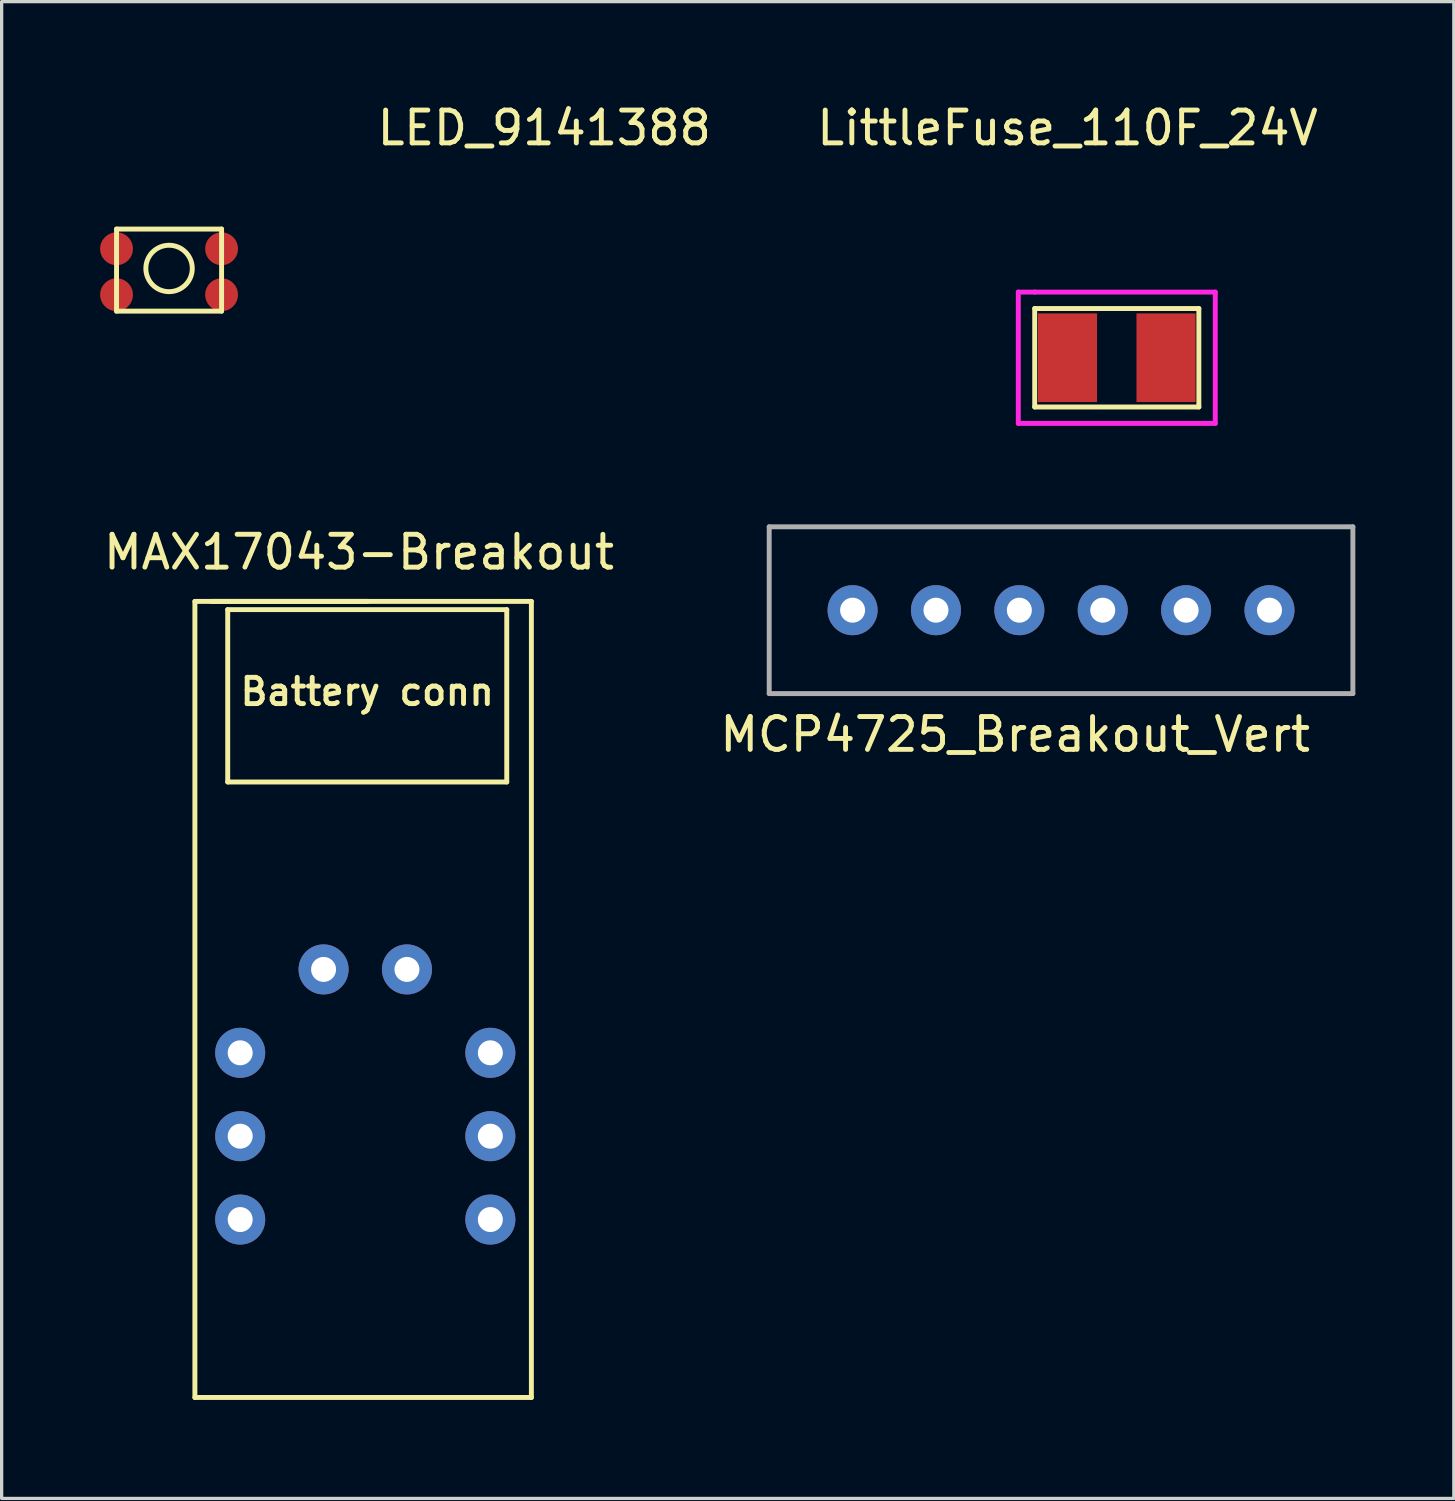
<source format=kicad_pcb>
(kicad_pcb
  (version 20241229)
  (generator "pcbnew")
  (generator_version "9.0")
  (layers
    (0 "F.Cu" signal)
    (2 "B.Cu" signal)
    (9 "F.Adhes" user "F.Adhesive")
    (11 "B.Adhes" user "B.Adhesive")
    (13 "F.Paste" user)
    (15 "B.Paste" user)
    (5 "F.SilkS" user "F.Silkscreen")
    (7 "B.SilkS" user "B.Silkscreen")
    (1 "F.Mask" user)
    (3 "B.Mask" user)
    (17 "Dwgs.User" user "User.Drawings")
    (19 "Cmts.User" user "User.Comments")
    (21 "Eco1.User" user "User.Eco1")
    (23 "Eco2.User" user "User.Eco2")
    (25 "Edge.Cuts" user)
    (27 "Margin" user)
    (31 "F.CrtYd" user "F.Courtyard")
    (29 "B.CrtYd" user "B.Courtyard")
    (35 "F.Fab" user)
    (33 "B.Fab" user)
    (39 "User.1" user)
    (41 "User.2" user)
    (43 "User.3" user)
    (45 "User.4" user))
  (footprint "MAX17043-Breakout"
    (layer "F.Cu")
    (at 8.137 15.271)
    (property "Reference" "MAX17043-Breakout" (at -0.25 -1.5 0) (layer "F.SilkS") (effects (font (size 1 1) (thickness 0.15))))
    (attr through_hole)
    (fp_line (start -5.25 0) (end 5 0) (stroke (width 0.15) (type solid)) (layer "F.SilkS"))
    (fp_line (start -5.25 24.25) (end -5.25 0) (stroke (width 0.15) (type solid)) (layer "F.SilkS"))
    (fp_line (start -4.25 0.25) (end -4.25 5.5) (stroke (width 0.15) (type solid)) (layer "F.SilkS"))
    (fp_line (start -4.25 5.5) (end 4.25 5.5) (stroke (width 0.15) (type solid)) (layer "F.SilkS"))
    (fp_line (start 0 0) (end -4.75 0) (stroke (width 0.15) (type solid)) (layer "F.SilkS"))
    (fp_line (start 4.25 0.25) (end -4.25 0.25) (stroke (width 0.15) (type solid)) (layer "F.SilkS"))
    (fp_line (start 4.25 5.5) (end 4.25 0.25) (stroke (width 0.15) (type solid)) (layer "F.SilkS"))
    (fp_line (start 5 0) (end 5 24.25) (stroke (width 0.15) (type solid)) (layer "F.SilkS"))
    (fp_line (start 5 24.25) (end -5.25 24.25) (stroke (width 0.15) (type solid)) (layer "F.SilkS"))
    (fp_text user "Battery conn" (at 0 2.75 0) (layer "F.SilkS") (effects (font (size 0.8 0.8) (thickness 0.15))))
    (pad "1" thru_hole circle (at -3.87 13.75) (size 1.524 1.524) (drill 0.762) (layers "*.Cu" "*.Mask"))
    (pad "2" thru_hole circle (at -3.87 16.29) (size 1.524 1.524) (drill 0.762) (layers "*.Cu" "*.Mask"))
    (pad "3" thru_hole circle (at -3.87 18.83) (size 1.524 1.524) (drill 0.762) (layers "*.Cu" "*.Mask"))
    (pad "4" thru_hole circle (at 3.75 18.83) (size 1.524 1.524) (drill 0.762) (layers "*.Cu" "*.Mask"))
    (pad "5" thru_hole circle (at 3.75 16.29) (size 1.524 1.524) (drill 0.762) (layers "*.Cu" "*.Mask"))
    (pad "6" thru_hole circle (at 3.75 13.75) (size 1.524 1.524) (drill 0.762) (layers "*.Cu" "*.Mask"))
    (pad "7" thru_hole circle (at 1.21 11.21) (size 1.524 1.524) (drill 0.762) (layers "*.Cu" "*.Mask"))
    (pad "8" thru_hole circle (at -1.33 11.21) (size 1.524 1.524) (drill 0.762) (layers "*.Cu" "*.Mask")))
  (footprint "MCP4725_Breakout_Vert"
    (layer "F.Cu")
    (at 28.002 15.538)
    (property "Reference" "MCP4725_Breakout_Vert" (at -0.127 3.785 0) (layer "F.SilkS") (effects (font (size 1 1) (thickness 0.15))))
    (attr through_hole)
    (fp_line (start -7.62 -2.54) (end 10.16 -2.54) (stroke (width 0.15) (type solid)) (layer "F.Fab"))
    (fp_line (start -7.62 2.54) (end -7.62 -2.54) (stroke (width 0.15) (type solid)) (layer "F.Fab"))
    (fp_line (start 10.16 -2.54) (end 10.16 2.54) (stroke (width 0.15) (type solid)) (layer "F.Fab"))
    (fp_line (start 10.16 2.54) (end -7.62 2.54) (stroke (width 0.15) (type solid)) (layer "F.Fab"))
    (pad "1" thru_hole circle (at -5.08 0) (size 1.524 1.524) (drill 0.762) (layers "*.Cu" "*.Mask"))
    (pad "2" thru_hole circle (at -2.54 0) (size 1.524 1.524) (drill 0.762) (layers "*.Cu" "*.Mask"))
    (pad "3" thru_hole circle (at 5.08 0) (size 1.524 1.524) (drill 0.762) (layers "*.Cu" "*.Mask"))
    (pad "4" thru_hole circle (at 2.54 0) (size 1.524 1.524) (drill 0.762) (layers "*.Cu" "*.Mask"))
    (pad "5" thru_hole circle (at 0 0) (size 1.524 1.524) (drill 0.762) (layers "*.Cu" "*.Mask"))
    (pad "6" thru_hole circle (at 7.62 0) (size 1.524 1.524) (drill 0.762) (layers "*.Cu" "*.Mask")))
  (footprint "LittleFuse_110F_24V"
    (layer "F.Cu")
    (at 29.47 7.848)
    (property "Reference" "LittleFuse_110F_24V" (at 0 -7 0) (layer "F.SilkS") (effects (font (size 1 1) (thickness 0.15))))
    (attr through_hole)
    (fp_line (start -1 -1.5) (end 4 -1.5) (stroke (width 0.15) (type solid)) (layer "F.SilkS"))
    (fp_line (start -1 1.5) (end -1 -1.5) (stroke (width 0.15) (type solid)) (layer "F.SilkS"))
    (fp_line (start 4 -1.5) (end 4 1.5) (stroke (width 0.15) (type solid)) (layer "F.SilkS"))
    (fp_line (start 4 1.5) (end -1 1.5) (stroke (width 0.15) (type solid)) (layer "F.SilkS"))
    (fp_line (start -1.5 -2) (end -1 -2) (stroke (width 0.15) (type solid)) (layer "F.CrtYd"))
    (fp_line (start -1.5 2) (end -1.5 -2) (stroke (width 0.15) (type solid)) (layer "F.CrtYd"))
    (fp_line (start -1 -2) (end 4.5 -2) (stroke (width 0.15) (type solid)) (layer "F.CrtYd"))
    (fp_line (start 4.5 -2) (end 4.5 2) (stroke (width 0.15) (type solid)) (layer "F.CrtYd"))
    (fp_line (start 4.5 2) (end -1.5 2) (stroke (width 0.15) (type solid)) (layer "F.CrtYd"))
    (pad "1" smd trapezoid (at 0 0) (size 1.8 2.7) (layers "F.Cu" "F.Mask" "F.Paste"))
    (pad "2" smd trapezoid (at 3 0) (size 1.8 2.7) (layers "F.Cu" "F.Mask" "F.Paste")))
  (footprint "LED_9141388"
    (layer "F.Cu")
    (at 2.1 5.928)
    (property "Reference" "LED_9141388" (at 11.43 -5.08 0) (layer "F.SilkS") (effects (font (size 1 1) (thickness 0.15))))
    (attr through_hole)
    (fp_line (start -1.6 -2) (end 1.6 -2) (stroke (width 0.15) (type solid)) (layer "F.SilkS"))
    (fp_line (start -1.6 0.5) (end -1.6 -2) (stroke (width 0.15) (type solid)) (layer "F.SilkS"))
    (fp_line (start 1.6 -2) (end 1.6 0.5) (stroke (width 0.15) (type solid)) (layer "F.SilkS"))
    (fp_line (start 1.6 0.5) (end -1.6 0.5) (stroke (width 0.15) (type solid)) (layer "F.SilkS"))
    (fp_circle (center 0 -0.8) (end 0.5 -0.3) (stroke (width 0.15) (type solid)) (fill no) (layer "F.SilkS"))
    (pad "1" smd circle (at 1.6 -1.4) (size 1 1) (layers "F.Cu" "F.Mask" "F.Paste"))
    (pad "2" smd circle (at -1.6 -1.4) (size 1 1) (layers "F.Cu" "F.Mask" "F.Paste"))
    (pad "3" smd circle (at 1.6 0) (size 1 1) (layers "F.Cu" "F.Mask" "F.Paste"))
    (pad "4" smd circle (at -1.6 0) (size 1 1) (layers "F.Cu" "F.Mask" "F.Paste")))
  (gr_rect
    (start -3 -3)
    (end 41.237 42.596)
    (stroke (width 0.1) (type default))
    (fill no)
    (layer "Edge.Cuts")))
</source>
